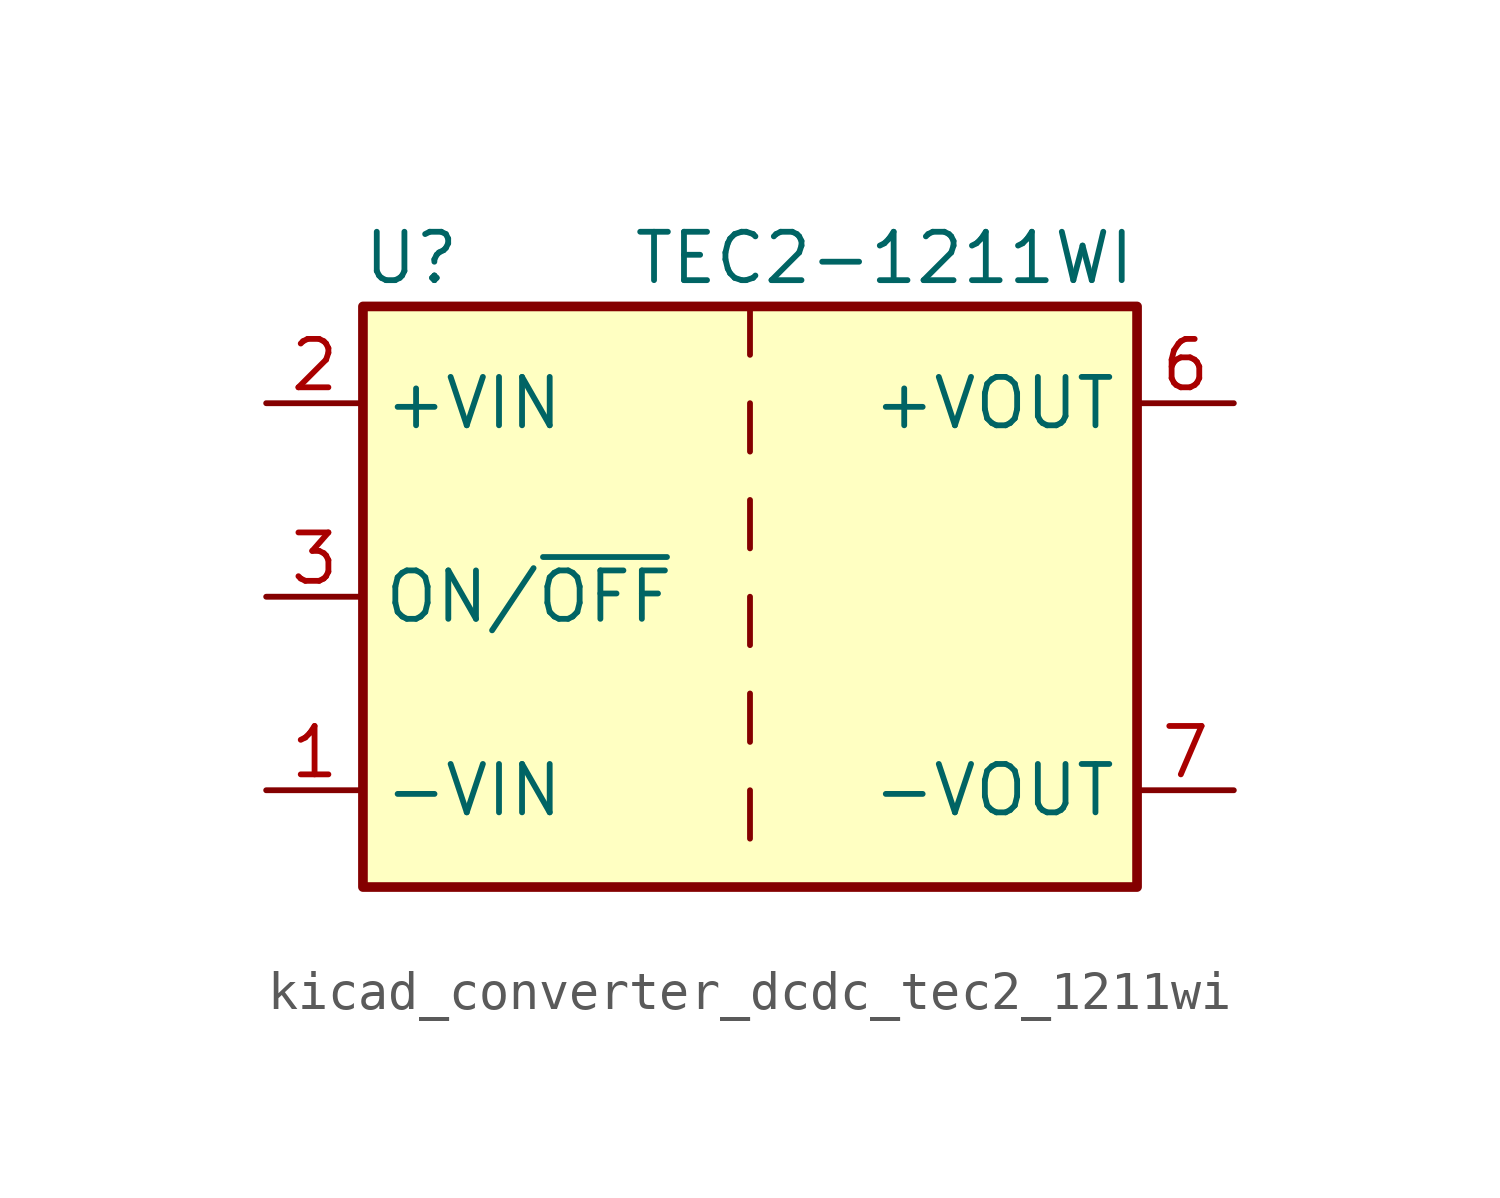
<source format=kicad_sym>
(kicad_symbol_lib
  (version 20220914)
  (generator kicad_symbol_editor)
  (symbol "kicad_converter_dcdc_tec2_1211wi"
    (property "Reference" "U"
      (at -8.89 8.89 0)
      (effects (font (size 1.27 1.27))))
    (property "Value" "TEC2-1211WI"
      (at 10.16 8.89 0)
      (effects (font (size 1.27 1.27)) (justify right)))
    (symbol "kicad_converter_dcdc_tec2_1211wi_0_1"
      (rectangle (start -10.16 7.62) (end 10.16 -7.62) (stroke (width 0.254) (type default)) (fill (type background)))
      (polyline (pts (xy 0 -5.08) (xy 0 -6.35)) (stroke (width 0) (type default)) (fill (type none)))
      (polyline (pts (xy 0 -2.54) (xy 0 -3.81)) (stroke (width 0) (type default)) (fill (type none)))
      (polyline (pts (xy 0 0) (xy 0 -1.27)) (stroke (width 0) (type default)) (fill (type none)))
      (polyline (pts (xy 0 2.54) (xy 0 1.27)) (stroke (width 0) (type default)) (fill (type none)))
      (polyline (pts (xy 0 5.08) (xy 0 3.81)) (stroke (width 0) (type default)) (fill (type none)))
      (polyline (pts (xy 0 7.62) (xy 0 6.35)) (stroke (width 0) (type default)) (fill (type none))))
    (symbol "kicad_converter_dcdc_tec2_1211wi_1_1"
      (pin power_in line (at -12.7 -5.08 0) (length 2.54) (name "-VIN" (effects (font (size 1.27 1.27)))) (number "1" (effects (font (size 1.27 1.27)))))
      (pin power_in line (at -12.7 5.08 0) (length 2.54) (name "+VIN" (effects (font (size 1.27 1.27)))) (number "2" (effects (font (size 1.27 1.27)))))
      (pin input line (at -12.7 0 0) (length 2.54) (name "ON/~{OFF}" (effects (font (size 1.27 1.27)))) (number "3" (effects (font (size 1.27 1.27)))))
      (pin no_connect line (at 10.16 2.54 180) (length 2.54) hide (name "NC" (effects (font (size 1.27 1.27)))) (number "5" (effects (font (size 1.27 1.27)))))
      (pin power_out line (at 12.7 5.08 180) (length 2.54) (name "+VOUT" (effects (font (size 1.27 1.27)))) (number "6" (effects (font (size 1.27 1.27)))))
      (pin power_out line (at 12.7 -5.08 180) (length 2.54) (name "-VOUT" (effects (font (size 1.27 1.27)))) (number "7" (effects (font (size 1.27 1.27)))))
      (pin no_connect line (at 10.16 0 180) (length 2.54) hide (name "NC" (effects (font (size 1.27 1.27)))) (number "8" (effects (font (size 1.27 1.27))))))))
</source>
